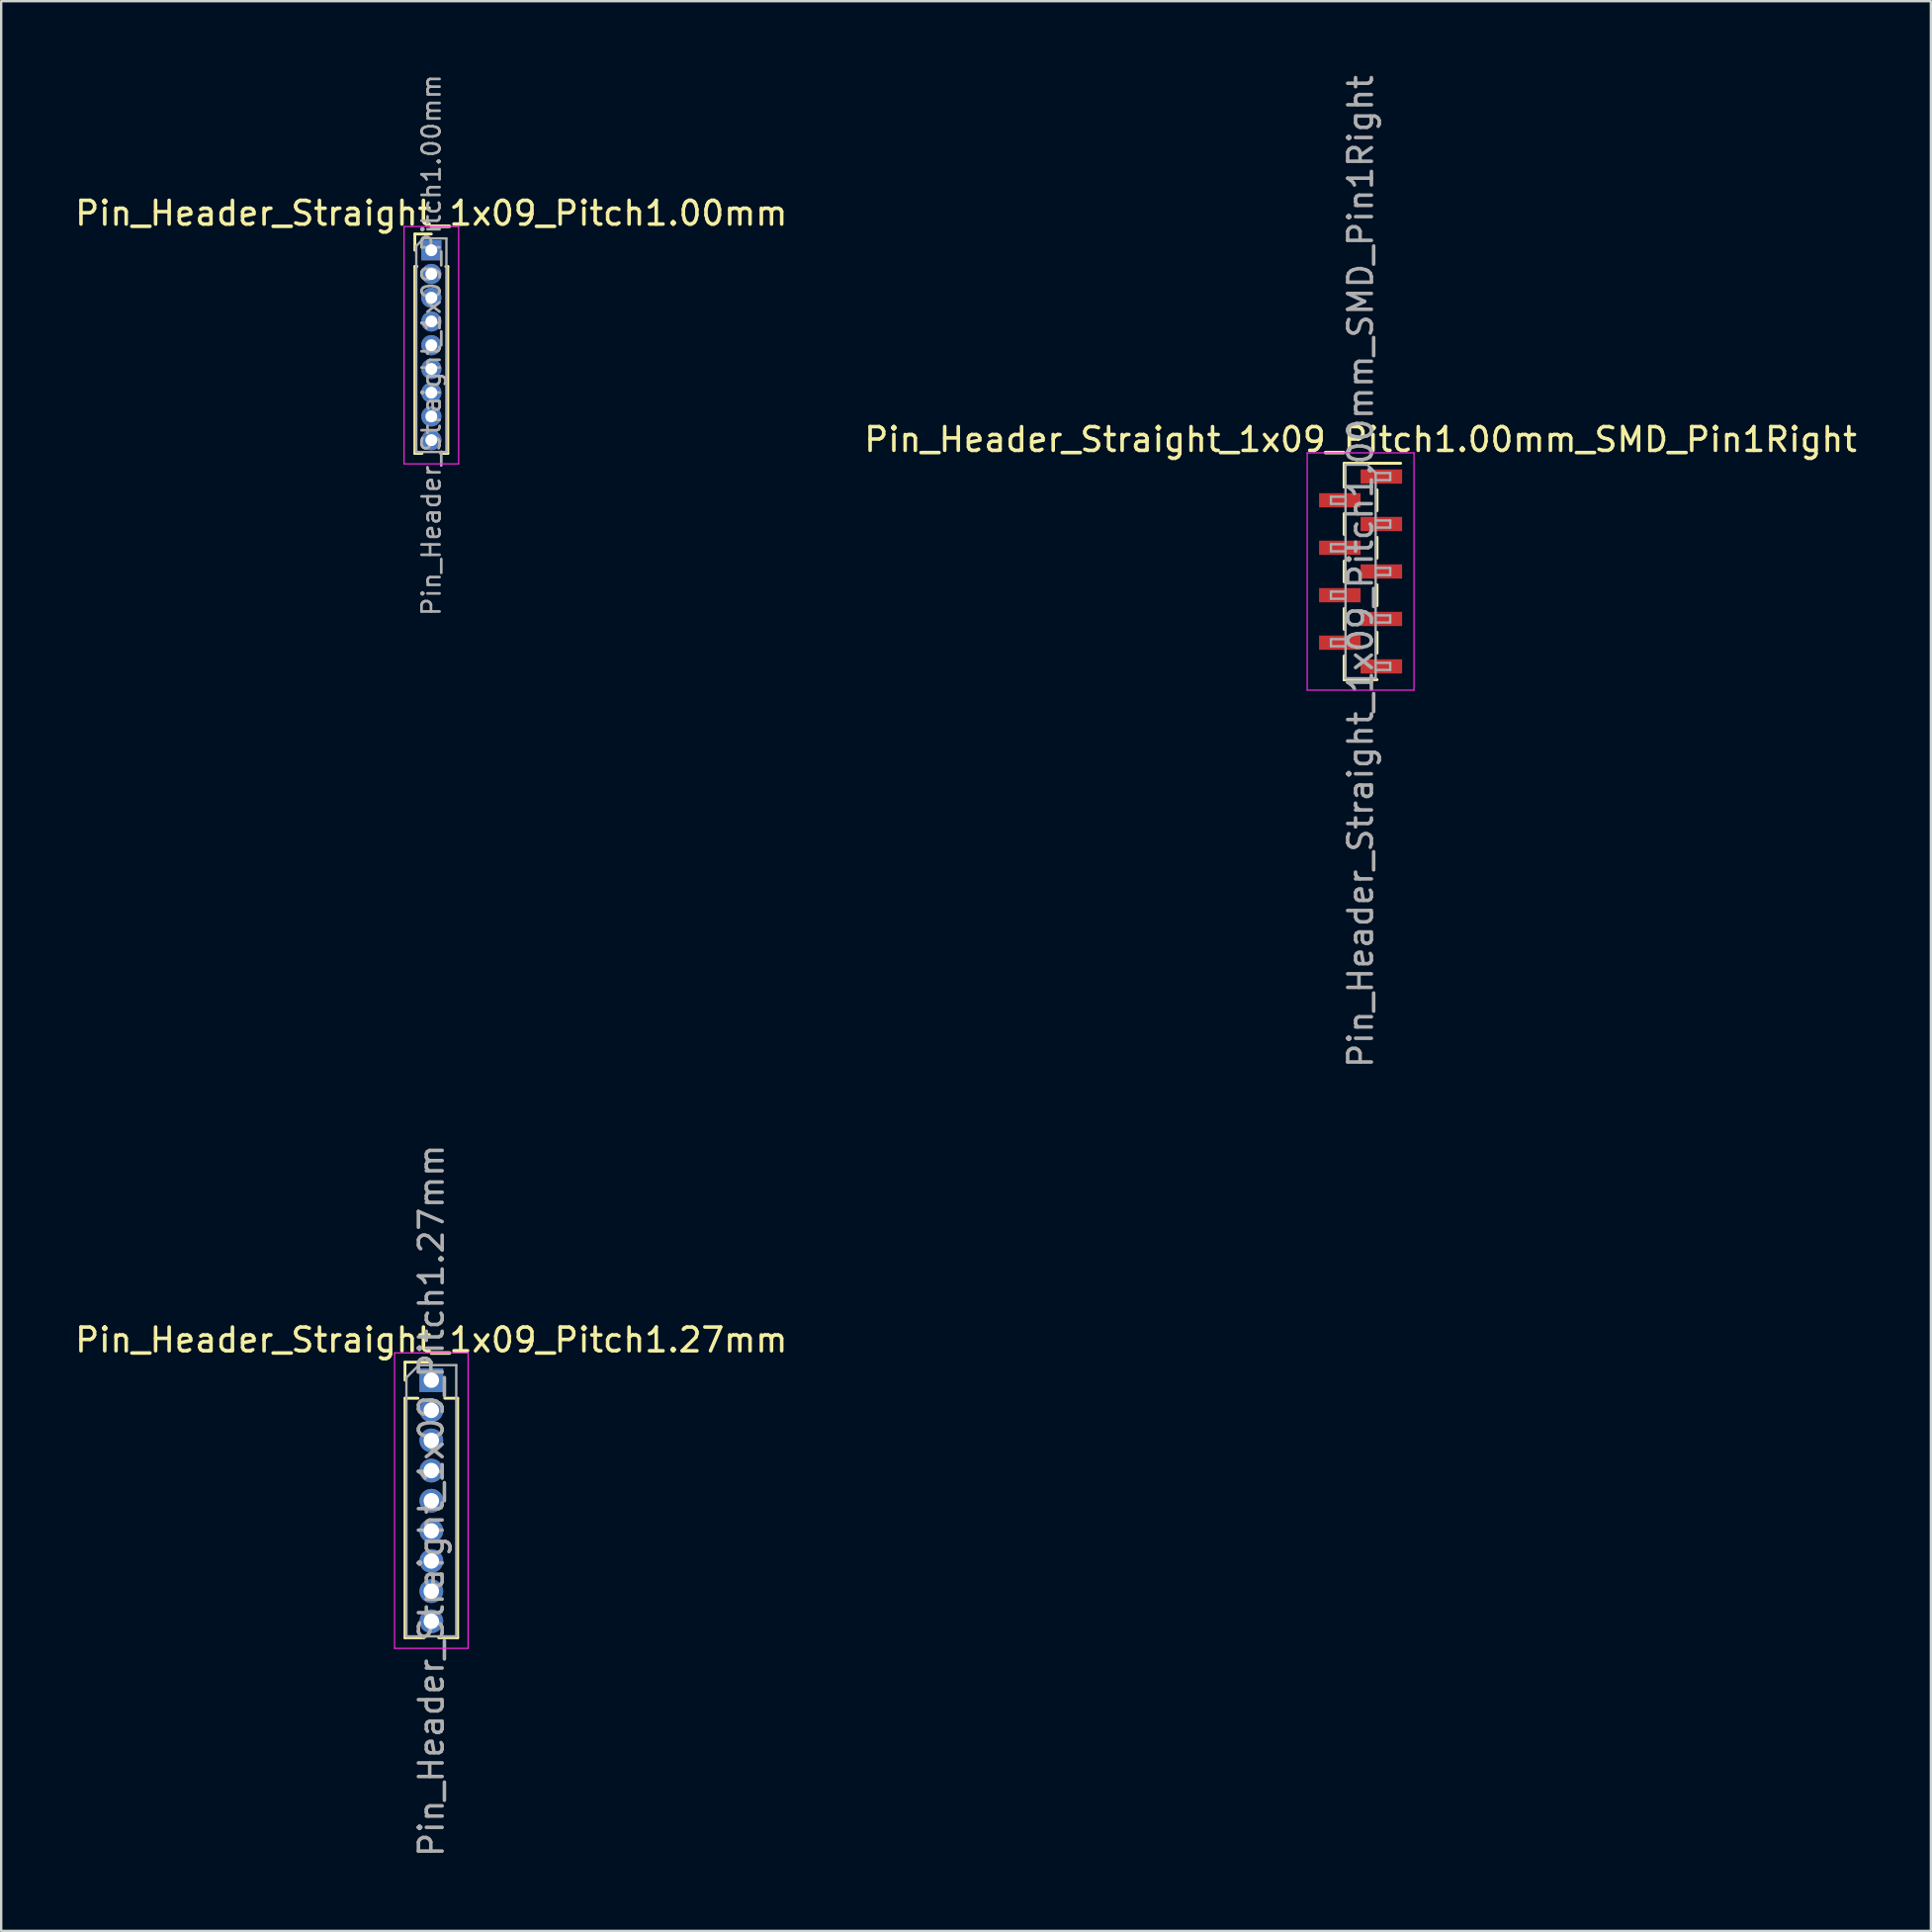
<source format=kicad_pcb>
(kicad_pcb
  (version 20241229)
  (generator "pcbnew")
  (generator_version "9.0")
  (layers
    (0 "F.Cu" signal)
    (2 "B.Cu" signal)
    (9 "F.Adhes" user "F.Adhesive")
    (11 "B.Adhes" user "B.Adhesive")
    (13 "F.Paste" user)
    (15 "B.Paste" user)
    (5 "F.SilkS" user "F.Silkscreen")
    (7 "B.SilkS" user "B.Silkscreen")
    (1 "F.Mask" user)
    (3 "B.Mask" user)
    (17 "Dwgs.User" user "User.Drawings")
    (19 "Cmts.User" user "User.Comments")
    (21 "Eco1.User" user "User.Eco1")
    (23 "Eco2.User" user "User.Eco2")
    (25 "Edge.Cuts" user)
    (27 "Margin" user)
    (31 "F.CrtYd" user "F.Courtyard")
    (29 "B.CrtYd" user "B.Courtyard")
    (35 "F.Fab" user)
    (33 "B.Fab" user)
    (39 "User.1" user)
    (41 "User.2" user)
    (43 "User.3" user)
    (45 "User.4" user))
  (footprint "Pin_Header_Straight_1x09_Pitch1.00mm"
    (layer "F.Cu")
    (at 15.125 7.495)
    (property "Reference" "Pin_Header_Straight_1x09_Pitch1.00mm" (at 0 -1.56 0) (layer "F.SilkS") (effects (font (size 1 1) (thickness 0.15))))
    (attr through_hole)
    (fp_line (start -0.695 -0.685) (end 0 -0.685) (stroke (width 0.12) (type solid)) (layer "F.SilkS"))
    (fp_line (start -0.695 0) (end -0.695 -0.685) (stroke (width 0.12) (type solid)) (layer "F.SilkS"))
    (fp_line (start -0.695 0.685) (end -0.695 8.56) (stroke (width 0.12) (type solid)) (layer "F.SilkS"))
    (fp_line (start -0.695 0.685) (end -0.608 0.685) (stroke (width 0.12) (type solid)) (layer "F.SilkS"))
    (fp_line (start -0.695 8.56) (end -0.394 8.56) (stroke (width 0.12) (type solid)) (layer "F.SilkS"))
    (fp_line (start 0.394 8.56) (end 0.695 8.56) (stroke (width 0.12) (type solid)) (layer "F.SilkS"))
    (fp_line (start 0.608 0.685) (end 0.695 0.685) (stroke (width 0.12) (type solid)) (layer "F.SilkS"))
    (fp_line (start 0.695 0.685) (end 0.695 8.56) (stroke (width 0.12) (type solid)) (layer "F.SilkS"))
    (fp_line (start -1.15 -1) (end -1.15 9) (stroke (width 0.05) (type solid)) (layer "F.CrtYd"))
    (fp_line (start -1.15 9) (end 1.15 9) (stroke (width 0.05) (type solid)) (layer "F.CrtYd"))
    (fp_line (start 1.15 -1) (end -1.15 -1) (stroke (width 0.05) (type solid)) (layer "F.CrtYd"))
    (fp_line (start 1.15 9) (end 1.15 -1) (stroke (width 0.05) (type solid)) (layer "F.CrtYd"))
    (fp_line (start -0.635 -0.182) (end -0.318 -0.5) (stroke (width 0.1) (type solid)) (layer "F.Fab"))
    (fp_line (start -0.635 8.5) (end -0.635 -0.182) (stroke (width 0.1) (type solid)) (layer "F.Fab"))
    (fp_line (start -0.318 -0.5) (end 0.635 -0.5) (stroke (width 0.1) (type solid)) (layer "F.Fab"))
    (fp_line (start 0.635 -0.5) (end 0.635 8.5) (stroke (width 0.1) (type solid)) (layer "F.Fab"))
    (fp_line (start 0.635 8.5) (end -0.635 8.5) (stroke (width 0.1) (type solid)) (layer "F.Fab"))
    (fp_text user "${REFERENCE}" (at 0 4 90) (layer "F.Fab") (effects (font (size 0.76 0.76) (thickness 0.114))))
    (pad "1" thru_hole rect (at 0 0) (size 0.85 0.85) (drill 0.5) (layers "*.Cu" "*.Mask"))
    (pad "2" thru_hole oval (at 0 1) (size 0.85 0.85) (drill 0.5) (layers "*.Cu" "*.Mask"))
    (pad "3" thru_hole oval (at 0 2) (size 0.85 0.85) (drill 0.5) (layers "*.Cu" "*.Mask"))
    (pad "4" thru_hole oval (at 0 3) (size 0.85 0.85) (drill 0.5) (layers "*.Cu" "*.Mask"))
    (pad "5" thru_hole oval (at 0 4) (size 0.85 0.85) (drill 0.5) (layers "*.Cu" "*.Mask"))
    (pad "6" thru_hole oval (at 0 5) (size 0.85 0.85) (drill 0.5) (layers "*.Cu" "*.Mask"))
    (pad "7" thru_hole oval (at 0 6) (size 0.85 0.85) (drill 0.5) (layers "*.Cu" "*.Mask"))
    (pad "8" thru_hole oval (at 0 7) (size 0.85 0.85) (drill 0.5) (layers "*.Cu" "*.Mask"))
    (pad "9" thru_hole oval (at 0 8) (size 0.85 0.85) (drill 0.5) (layers "*.Cu" "*.Mask")))
  (footprint "Pin_Header_Straight_1x09_Pitch1.27mm"
    (layer "F.Cu")
    (at 15.125 55.105)
    (property "Reference" "Pin_Header_Straight_1x09_Pitch1.27mm" (at 0 -1.695 0) (layer "F.SilkS") (effects (font (size 1 1) (thickness 0.15))))
    (attr through_hole)
    (fp_line (start -1.11 -0.76) (end 0 -0.76) (stroke (width 0.12) (type solid)) (layer "F.SilkS"))
    (fp_line (start -1.11 0) (end -1.11 -0.76) (stroke (width 0.12) (type solid)) (layer "F.SilkS"))
    (fp_line (start -1.11 0.76) (end -1.11 10.855) (stroke (width 0.12) (type solid)) (layer "F.SilkS"))
    (fp_line (start -1.11 0.76) (end -0.563 0.76) (stroke (width 0.12) (type solid)) (layer "F.SilkS"))
    (fp_line (start -1.11 10.855) (end -0.308 10.855) (stroke (width 0.12) (type solid)) (layer "F.SilkS"))
    (fp_line (start 0.308 10.855) (end 1.11 10.855) (stroke (width 0.12) (type solid)) (layer "F.SilkS"))
    (fp_line (start 0.563 0.76) (end 1.11 0.76) (stroke (width 0.12) (type solid)) (layer "F.SilkS"))
    (fp_line (start 1.11 0.76) (end 1.11 10.855) (stroke (width 0.12) (type solid)) (layer "F.SilkS"))
    (fp_line (start -1.55 -1.15) (end -1.55 11.3) (stroke (width 0.05) (type solid)) (layer "F.CrtYd"))
    (fp_line (start -1.55 11.3) (end 1.55 11.3) (stroke (width 0.05) (type solid)) (layer "F.CrtYd"))
    (fp_line (start 1.55 -1.15) (end -1.55 -1.15) (stroke (width 0.05) (type solid)) (layer "F.CrtYd"))
    (fp_line (start 1.55 11.3) (end 1.55 -1.15) (stroke (width 0.05) (type solid)) (layer "F.CrtYd"))
    (fp_line (start -1.05 -0.11) (end -0.525 -0.635) (stroke (width 0.1) (type solid)) (layer "F.Fab"))
    (fp_line (start -1.05 10.795) (end -1.05 -0.11) (stroke (width 0.1) (type solid)) (layer "F.Fab"))
    (fp_line (start -0.525 -0.635) (end 1.05 -0.635) (stroke (width 0.1) (type solid)) (layer "F.Fab"))
    (fp_line (start 1.05 -0.635) (end 1.05 10.795) (stroke (width 0.1) (type solid)) (layer "F.Fab"))
    (fp_line (start 1.05 10.795) (end -1.05 10.795) (stroke (width 0.1) (type solid)) (layer "F.Fab"))
    (fp_text user "${REFERENCE}" (at 0 5.08 90) (layer "F.Fab") (effects (font (size 1 1) (thickness 0.15))))
    (pad "1" thru_hole rect (at 0 0) (size 1 1) (drill 0.65) (layers "*.Cu" "*.Mask"))
    (pad "2" thru_hole oval (at 0 1.27) (size 1 1) (drill 0.65) (layers "*.Cu" "*.Mask"))
    (pad "3" thru_hole oval (at 0 2.54) (size 1 1) (drill 0.65) (layers "*.Cu" "*.Mask"))
    (pad "4" thru_hole oval (at 0 3.81) (size 1 1) (drill 0.65) (layers "*.Cu" "*.Mask"))
    (pad "5" thru_hole oval (at 0 5.08) (size 1 1) (drill 0.65) (layers "*.Cu" "*.Mask"))
    (pad "6" thru_hole oval (at 0 6.35) (size 1 1) (drill 0.65) (layers "*.Cu" "*.Mask"))
    (pad "7" thru_hole oval (at 0 7.62) (size 1 1) (drill 0.65) (layers "*.Cu" "*.Mask"))
    (pad "8" thru_hole oval (at 0 8.89) (size 1 1) (drill 0.65) (layers "*.Cu" "*.Mask"))
    (pad "9" thru_hole oval (at 0 10.16) (size 1 1) (drill 0.65) (layers "*.Cu" "*.Mask")))
  (footprint "Pin_Header_Straight_1x09_Pitch1.00mm_SMD_Pin1Right"
    (layer "F.Cu")
    (at 54.28 21.03)
    (property "Reference" "Pin_Header_Straight_1x09_Pitch1.00mm_SMD_Pin1Right" (at 0 -5.56 0) (layer "F.SilkS") (effects (font (size 1 1) (thickness 0.15))))
    (attr smd)
    (fp_line (start -0.695 -4.56) (end -0.695 -3.56) (stroke (width 0.12) (type solid)) (layer "F.SilkS"))
    (fp_line (start -0.695 -4.56) (end 0.695 -4.56) (stroke (width 0.12) (type solid)) (layer "F.SilkS"))
    (fp_line (start -0.695 -4.44) (end -0.695 -3.56) (stroke (width 0.12) (type solid)) (layer "F.SilkS"))
    (fp_line (start -0.695 -2.44) (end -0.695 -1.56) (stroke (width 0.12) (type solid)) (layer "F.SilkS"))
    (fp_line (start -0.695 -0.44) (end -0.695 0.44) (stroke (width 0.12) (type solid)) (layer "F.SilkS"))
    (fp_line (start -0.695 1.56) (end -0.695 2.44) (stroke (width 0.12) (type solid)) (layer "F.SilkS"))
    (fp_line (start -0.695 3.56) (end -0.695 4.56) (stroke (width 0.12) (type solid)) (layer "F.SilkS"))
    (fp_line (start -0.695 4.56) (end -0.695 4.56) (stroke (width 0.12) (type solid)) (layer "F.SilkS"))
    (fp_line (start -0.695 4.56) (end 0.695 4.56) (stroke (width 0.12) (type solid)) (layer "F.SilkS"))
    (fp_line (start 0.695 -4.56) (end 0.695 -4.56) (stroke (width 0.12) (type solid)) (layer "F.SilkS"))
    (fp_line (start 0.695 -4.56) (end 1.69 -4.56) (stroke (width 0.12) (type solid)) (layer "F.SilkS"))
    (fp_line (start 0.695 -3.44) (end 0.695 -2.56) (stroke (width 0.12) (type solid)) (layer "F.SilkS"))
    (fp_line (start 0.695 -1.44) (end 0.695 -0.56) (stroke (width 0.12) (type solid)) (layer "F.SilkS"))
    (fp_line (start 0.695 0.56) (end 0.695 1.44) (stroke (width 0.12) (type solid)) (layer "F.SilkS"))
    (fp_line (start 0.695 2.56) (end 0.695 3.44) (stroke (width 0.12) (type solid)) (layer "F.SilkS"))
    (fp_line (start -2.25 -5) (end -2.25 5) (stroke (width 0.05) (type solid)) (layer "F.CrtYd"))
    (fp_line (start -2.25 5) (end 2.25 5) (stroke (width 0.05) (type solid)) (layer "F.CrtYd"))
    (fp_line (start 2.25 -5) (end -2.25 -5) (stroke (width 0.05) (type solid)) (layer "F.CrtYd"))
    (fp_line (start 2.25 5) (end 2.25 -5) (stroke (width 0.05) (type solid)) (layer "F.CrtYd"))
    (fp_line (start -1.25 -3.15) (end -1.25 -2.85) (stroke (width 0.1) (type solid)) (layer "F.Fab"))
    (fp_line (start -1.25 -2.85) (end -0.635 -2.85) (stroke (width 0.1) (type solid)) (layer "F.Fab"))
    (fp_line (start -1.25 -1.15) (end -1.25 -0.85) (stroke (width 0.1) (type solid)) (layer "F.Fab"))
    (fp_line (start -1.25 -0.85) (end -0.635 -0.85) (stroke (width 0.1) (type solid)) (layer "F.Fab"))
    (fp_line (start -1.25 0.85) (end -1.25 1.15) (stroke (width 0.1) (type solid)) (layer "F.Fab"))
    (fp_line (start -1.25 1.15) (end -0.635 1.15) (stroke (width 0.1) (type solid)) (layer "F.Fab"))
    (fp_line (start -1.25 2.85) (end -1.25 3.15) (stroke (width 0.1) (type solid)) (layer "F.Fab"))
    (fp_line (start -1.25 3.15) (end -0.635 3.15) (stroke (width 0.1) (type solid)) (layer "F.Fab"))
    (fp_line (start -0.635 -4.5) (end -0.635 4.5) (stroke (width 0.1) (type solid)) (layer "F.Fab"))
    (fp_line (start -0.635 -4.5) (end 0.285 -4.5) (stroke (width 0.1) (type solid)) (layer "F.Fab"))
    (fp_line (start -0.635 -3.15) (end -1.25 -3.15) (stroke (width 0.1) (type solid)) (layer "F.Fab"))
    (fp_line (start -0.635 -1.15) (end -1.25 -1.15) (stroke (width 0.1) (type solid)) (layer "F.Fab"))
    (fp_line (start -0.635 0.85) (end -1.25 0.85) (stroke (width 0.1) (type solid)) (layer "F.Fab"))
    (fp_line (start -0.635 2.85) (end -1.25 2.85) (stroke (width 0.1) (type solid)) (layer "F.Fab"))
    (fp_line (start 0.635 -4.15) (end 0.285 -4.5) (stroke (width 0.1) (type solid)) (layer "F.Fab"))
    (fp_line (start 0.635 -4.15) (end 1.25 -4.15) (stroke (width 0.1) (type solid)) (layer "F.Fab"))
    (fp_line (start 0.635 -2.15) (end 1.25 -2.15) (stroke (width 0.1) (type solid)) (layer "F.Fab"))
    (fp_line (start 0.635 -0.15) (end 1.25 -0.15) (stroke (width 0.1) (type solid)) (layer "F.Fab"))
    (fp_line (start 0.635 1.85) (end 1.25 1.85) (stroke (width 0.1) (type solid)) (layer "F.Fab"))
    (fp_line (start 0.635 3.85) (end 1.25 3.85) (stroke (width 0.1) (type solid)) (layer "F.Fab"))
    (fp_line (start 0.635 4.5) (end -0.635 4.5) (stroke (width 0.1) (type solid)) (layer "F.Fab"))
    (fp_line (start 0.635 4.5) (end 0.635 -4.15) (stroke (width 0.1) (type solid)) (layer "F.Fab"))
    (fp_line (start 1.25 -4.15) (end 1.25 -3.85) (stroke (width 0.1) (type solid)) (layer "F.Fab"))
    (fp_line (start 1.25 -3.85) (end 0.635 -3.85) (stroke (width 0.1) (type solid)) (layer "F.Fab"))
    (fp_line (start 1.25 -2.15) (end 1.25 -1.85) (stroke (width 0.1) (type solid)) (layer "F.Fab"))
    (fp_line (start 1.25 -1.85) (end 0.635 -1.85) (stroke (width 0.1) (type solid)) (layer "F.Fab"))
    (fp_line (start 1.25 -0.15) (end 1.25 0.15) (stroke (width 0.1) (type solid)) (layer "F.Fab"))
    (fp_line (start 1.25 0.15) (end 0.635 0.15) (stroke (width 0.1) (type solid)) (layer "F.Fab"))
    (fp_line (start 1.25 1.85) (end 1.25 2.15) (stroke (width 0.1) (type solid)) (layer "F.Fab"))
    (fp_line (start 1.25 2.15) (end 0.635 2.15) (stroke (width 0.1) (type solid)) (layer "F.Fab"))
    (fp_line (start 1.25 3.85) (end 1.25 4.15) (stroke (width 0.1) (type solid)) (layer "F.Fab"))
    (fp_line (start 1.25 4.15) (end 0.635 4.15) (stroke (width 0.1) (type solid)) (layer "F.Fab"))
    (fp_text user "${REFERENCE}" (at 0 0 90) (layer "F.Fab") (effects (font (size 1 1) (thickness 0.15))))
    (pad "1" smd rect (at 0.875 -4) (size 1.75 0.6) (layers "F.Cu" "F.Mask" "F.Paste"))
    (pad "2" smd rect (at -0.875 -3) (size 1.75 0.6) (layers "F.Cu" "F.Mask" "F.Paste"))
    (pad "3" smd rect (at 0.875 -2) (size 1.75 0.6) (layers "F.Cu" "F.Mask" "F.Paste"))
    (pad "4" smd rect (at -0.875 -1) (size 1.75 0.6) (layers "F.Cu" "F.Mask" "F.Paste"))
    (pad "5" smd rect (at 0.875 0) (size 1.75 0.6) (layers "F.Cu" "F.Mask" "F.Paste"))
    (pad "6" smd rect (at -0.875 1) (size 1.75 0.6) (layers "F.Cu" "F.Mask" "F.Paste"))
    (pad "7" smd rect (at 0.875 2) (size 1.75 0.6) (layers "F.Cu" "F.Mask" "F.Paste"))
    (pad "8" smd rect (at -0.875 3) (size 1.75 0.6) (layers "F.Cu" "F.Mask" "F.Paste"))
    (pad "9" smd rect (at 0.875 4) (size 1.75 0.6) (layers "F.Cu" "F.Mask" "F.Paste")))
  (gr_rect
    (start -3 -3)
    (end 78.31 78.31)
    (stroke (width 0.1) (type default))
    (fill no)
    (layer "Edge.Cuts")))
</source>
